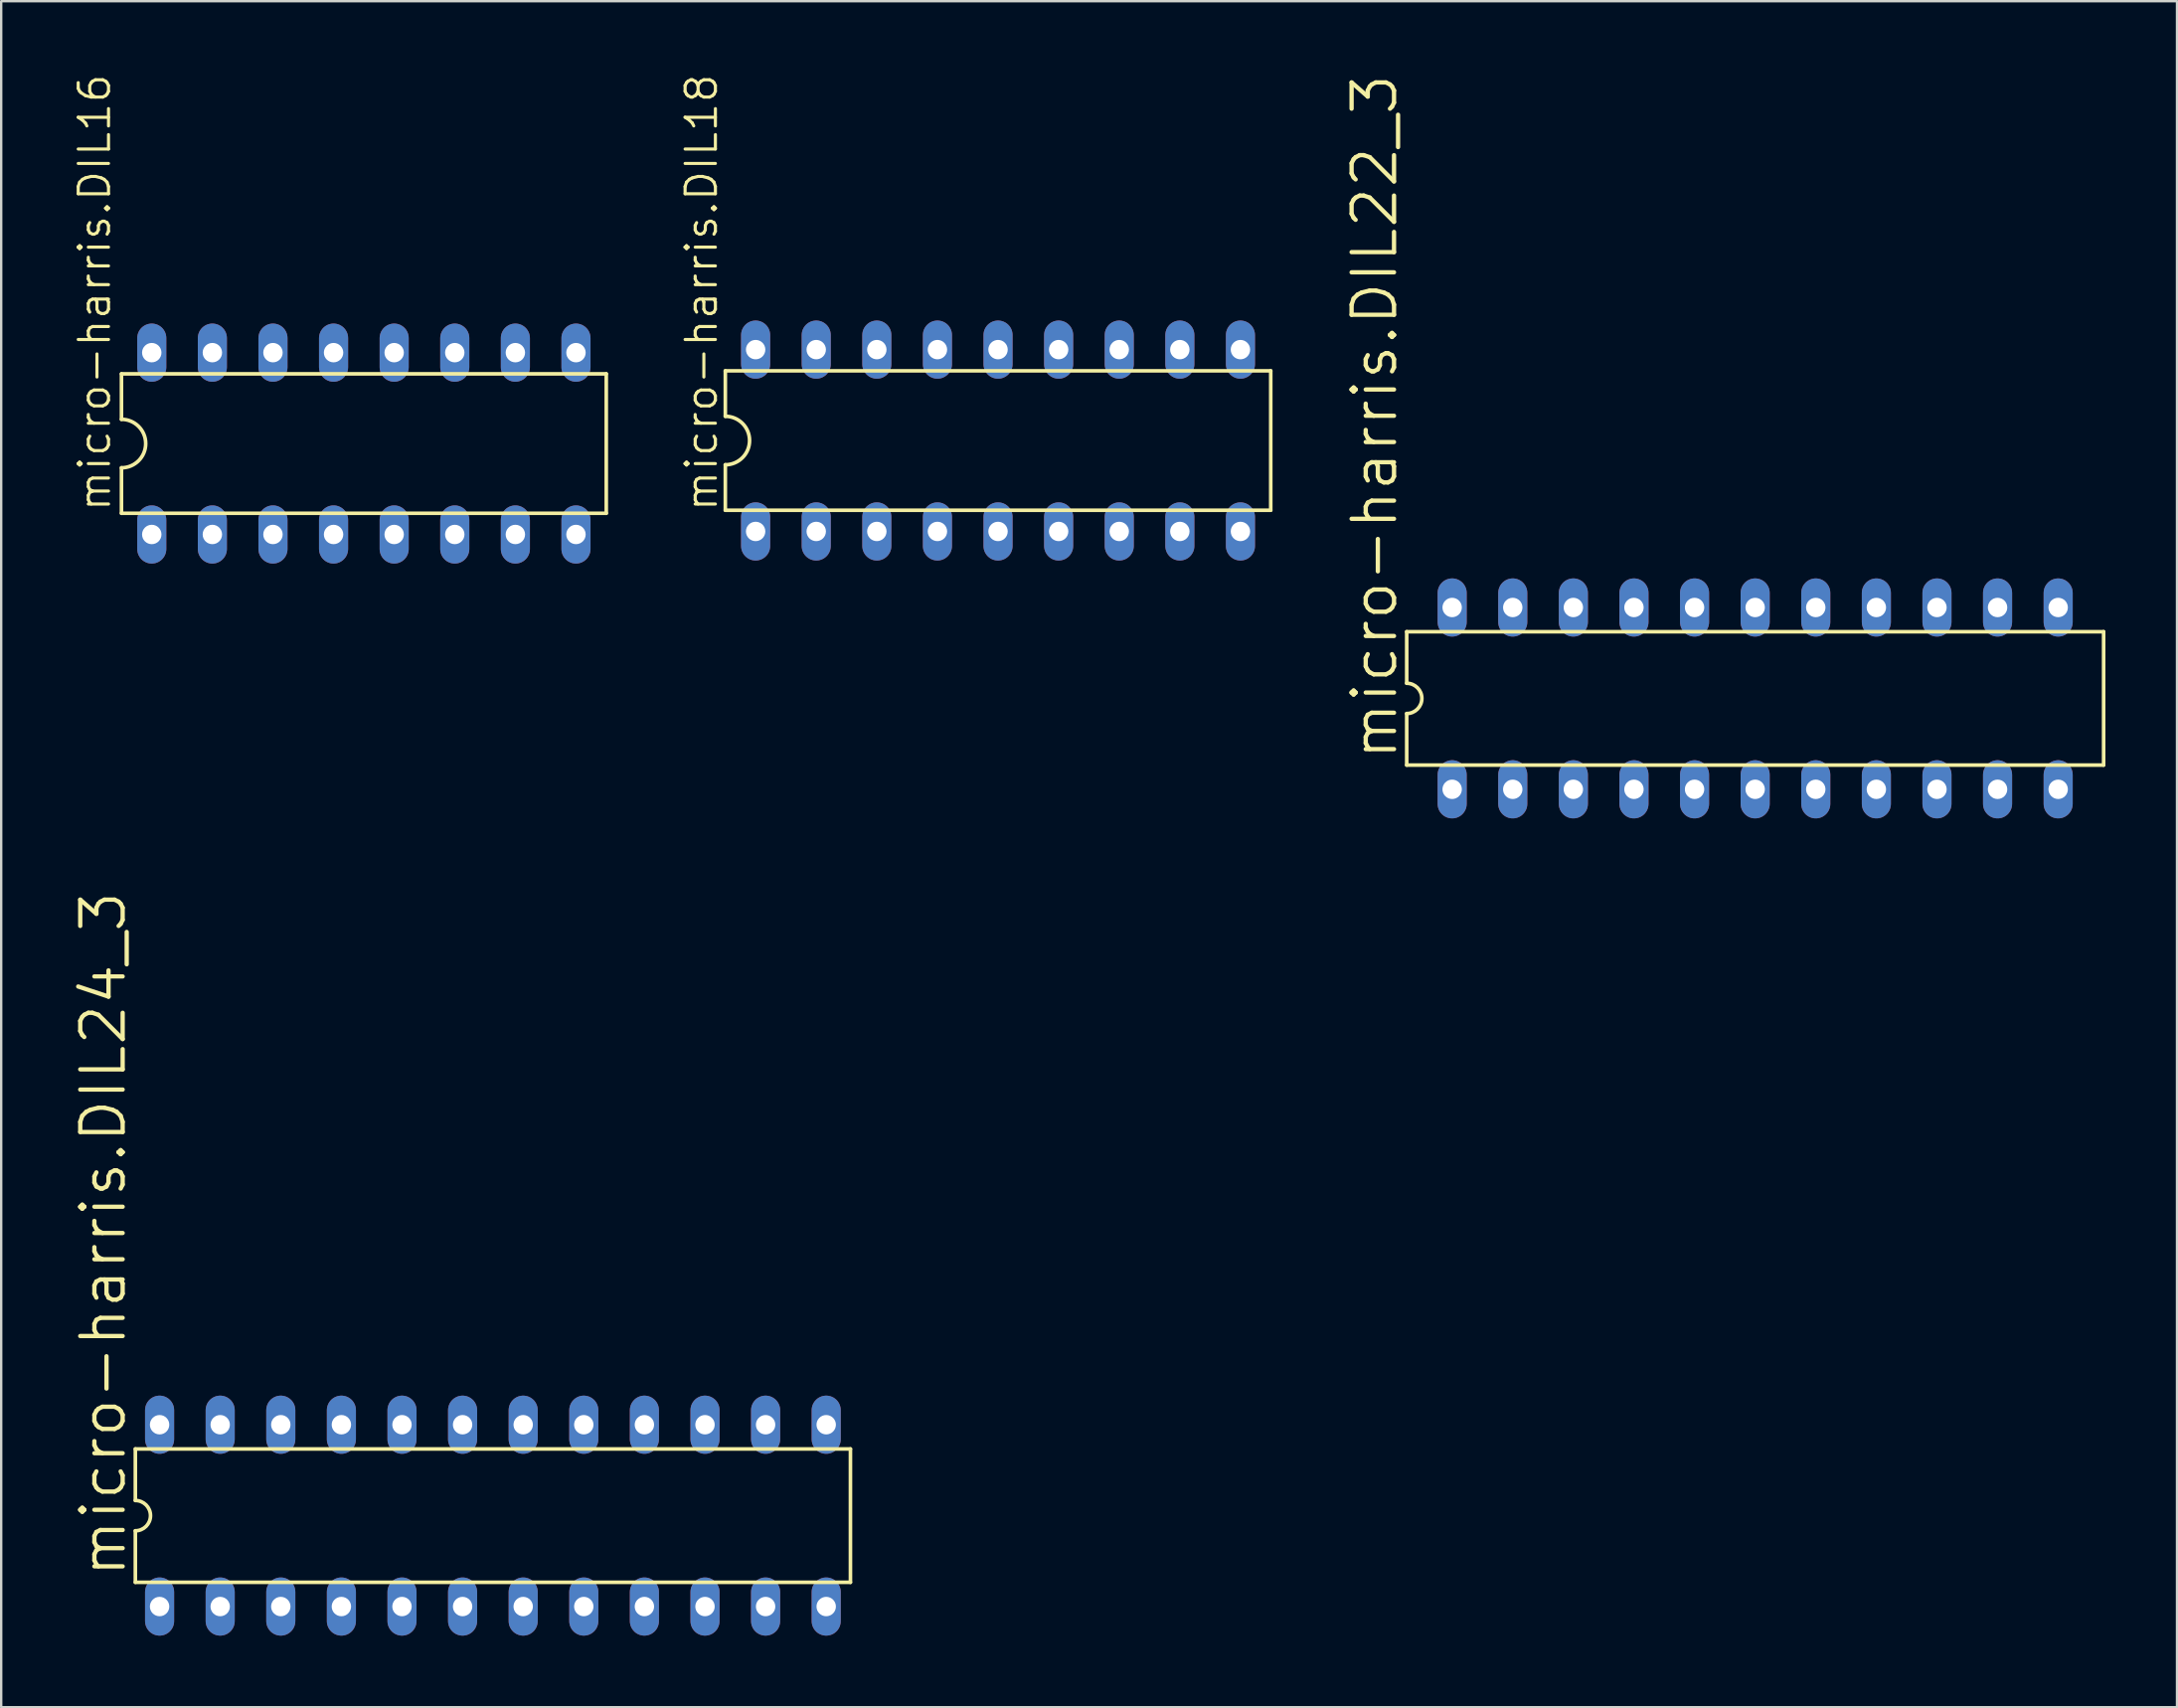
<source format=kicad_pcb>
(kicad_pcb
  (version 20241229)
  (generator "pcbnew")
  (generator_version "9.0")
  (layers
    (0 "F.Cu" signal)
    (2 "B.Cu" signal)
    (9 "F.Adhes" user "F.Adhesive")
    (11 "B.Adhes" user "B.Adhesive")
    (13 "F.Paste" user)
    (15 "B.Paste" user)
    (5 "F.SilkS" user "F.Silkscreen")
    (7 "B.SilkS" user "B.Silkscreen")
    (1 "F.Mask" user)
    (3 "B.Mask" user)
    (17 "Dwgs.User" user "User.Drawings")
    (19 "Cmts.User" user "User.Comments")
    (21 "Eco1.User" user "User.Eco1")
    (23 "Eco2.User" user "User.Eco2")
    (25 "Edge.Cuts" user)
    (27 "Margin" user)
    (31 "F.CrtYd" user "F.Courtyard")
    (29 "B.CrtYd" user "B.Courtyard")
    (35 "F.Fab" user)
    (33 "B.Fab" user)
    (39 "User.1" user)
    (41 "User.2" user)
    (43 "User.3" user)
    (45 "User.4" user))
  (footprint "micro-harris.DIL22_3"
    (layer "F.Cu")
    (at 70.515 26.219)
    (property "Reference" "micro-harris.DIL22_3" (at -14.91 2.667 90) (layer "F.SilkS") (effects (font (size 1.778 1.778) (thickness 0.18)) (justify left bottom)))
    (attr through_hole)
    (fp_line (start -14.605 -2.794) (end -14.605 -0.635) (stroke (width 0.152) (type default)) (layer "F.SilkS"))
    (fp_line (start -14.605 -2.794) (end 14.605 -2.794) (stroke (width 0.152) (type default)) (layer "F.SilkS"))
    (fp_line (start -14.605 0.635) (end -14.605 2.794) (stroke (width 0.152) (type default)) (layer "F.SilkS"))
    (fp_line (start -14.605 2.794) (end 14.605 2.794) (stroke (width 0.152) (type default)) (layer "F.SilkS"))
    (fp_line (start 14.605 2.794) (end 14.605 -2.794) (stroke (width 0.152) (type default)) (layer "F.SilkS"))
    (fp_arc (start -14.605 -0.635) (mid -13.97 0) (end -14.605 0.635) (stroke (width 0.1524) (type default)) (layer "F.SilkS"))
    (pad "1" thru_hole oval (at -12.7 3.81 90) (size 2.438 1.219) (drill 0.813) (layers "*.Cu" "*.Mask"))
    (pad "2" thru_hole oval (at -10.16 3.81 90) (size 2.438 1.219) (drill 0.813) (layers "*.Cu" "*.Mask"))
    (pad "3" thru_hole oval (at -7.62 3.81 90) (size 2.438 1.219) (drill 0.813) (layers "*.Cu" "*.Mask"))
    (pad "4" thru_hole oval (at -5.08 3.81 90) (size 2.438 1.219) (drill 0.813) (layers "*.Cu" "*.Mask"))
    (pad "5" thru_hole oval (at -2.54 3.81 90) (size 2.438 1.219) (drill 0.813) (layers "*.Cu" "*.Mask"))
    (pad "6" thru_hole oval (at 0 3.81 90) (size 2.438 1.219) (drill 0.813) (layers "*.Cu" "*.Mask"))
    (pad "7" thru_hole oval (at 2.54 3.81 90) (size 2.438 1.219) (drill 0.813) (layers "*.Cu" "*.Mask"))
    (pad "8" thru_hole oval (at 5.08 3.81 90) (size 2.438 1.219) (drill 0.813) (layers "*.Cu" "*.Mask"))
    (pad "9" thru_hole oval (at 7.62 3.81 90) (size 2.438 1.219) (drill 0.813) (layers "*.Cu" "*.Mask"))
    (pad "10" thru_hole oval (at 10.16 3.81 90) (size 2.438 1.219) (drill 0.813) (layers "*.Cu" "*.Mask"))
    (pad "11" thru_hole oval (at 12.7 3.81 90) (size 2.438 1.219) (drill 0.813) (layers "*.Cu" "*.Mask"))
    (pad "12" thru_hole oval (at 12.7 -3.81 90) (size 2.438 1.219) (drill 0.813) (layers "*.Cu" "*.Mask"))
    (pad "13" thru_hole oval (at 10.16 -3.81 90) (size 2.438 1.219) (drill 0.813) (layers "*.Cu" "*.Mask"))
    (pad "14" thru_hole oval (at 7.62 -3.81 90) (size 2.438 1.219) (drill 0.813) (layers "*.Cu" "*.Mask"))
    (pad "15" thru_hole oval (at 5.08 -3.81 90) (size 2.438 1.219) (drill 0.813) (layers "*.Cu" "*.Mask"))
    (pad "16" thru_hole oval (at 2.54 -3.81 90) (size 2.438 1.219) (drill 0.813) (layers "*.Cu" "*.Mask"))
    (pad "17" thru_hole oval (at 0 -3.81 90) (size 2.438 1.219) (drill 0.813) (layers "*.Cu" "*.Mask"))
    (pad "18" thru_hole oval (at -2.54 -3.81 90) (size 2.438 1.219) (drill 0.813) (layers "*.Cu" "*.Mask"))
    (pad "19" thru_hole oval (at -5.08 -3.81 90) (size 2.438 1.219) (drill 0.813) (layers "*.Cu" "*.Mask"))
    (pad "20" thru_hole oval (at -7.62 -3.81 90) (size 2.438 1.219) (drill 0.813) (layers "*.Cu" "*.Mask"))
    (pad "21" thru_hole oval (at -10.16 -3.81 90) (size 2.438 1.219) (drill 0.813) (layers "*.Cu" "*.Mask"))
    (pad "22" thru_hole oval (at -12.7 -3.81 90) (size 2.438 1.219) (drill 0.813) (layers "*.Cu" "*.Mask")))
  (footprint "micro-harris.DIL16"
    (layer "F.Cu")
    (at 12.201 15.539)
    (property "Reference" "micro-harris.DIL16" (at -10.541 2.921 90) (layer "F.SilkS") (effects (font (size 1.27 1.27) (thickness 0.13)) (justify left bottom)))
    (attr through_hole)
    (fp_line (start -10.16 -2.921) (end -10.16 -1.016) (stroke (width 0.152) (type default)) (layer "F.SilkS"))
    (fp_line (start -10.16 2.921) (end -10.16 1.016) (stroke (width 0.152) (type default)) (layer "F.SilkS"))
    (fp_line (start -10.16 2.921) (end 10.16 2.921) (stroke (width 0.152) (type default)) (layer "F.SilkS"))
    (fp_line (start 10.16 -2.921) (end -10.16 -2.921) (stroke (width 0.152) (type default)) (layer "F.SilkS"))
    (fp_line (start 10.16 -2.921) (end 10.16 2.921) (stroke (width 0.152) (type default)) (layer "F.SilkS"))
    (fp_arc (start -10.16 -1.016) (mid -9.144 0) (end -10.16 1.016) (stroke (width 0.1524) (type default)) (layer "F.SilkS"))
    (pad "1" thru_hole oval (at -8.89 3.81 90) (size 2.438 1.219) (drill 0.813) (layers "*.Cu" "*.Mask"))
    (pad "2" thru_hole oval (at -6.35 3.81 90) (size 2.438 1.219) (drill 0.813) (layers "*.Cu" "*.Mask"))
    (pad "3" thru_hole oval (at -3.81 3.81 90) (size 2.438 1.219) (drill 0.813) (layers "*.Cu" "*.Mask"))
    (pad "4" thru_hole oval (at -1.27 3.81 90) (size 2.438 1.219) (drill 0.813) (layers "*.Cu" "*.Mask"))
    (pad "5" thru_hole oval (at 1.27 3.81 90) (size 2.438 1.219) (drill 0.813) (layers "*.Cu" "*.Mask"))
    (pad "6" thru_hole oval (at 3.81 3.81 90) (size 2.438 1.219) (drill 0.813) (layers "*.Cu" "*.Mask"))
    (pad "7" thru_hole oval (at 6.35 3.81 90) (size 2.438 1.219) (drill 0.813) (layers "*.Cu" "*.Mask"))
    (pad "8" thru_hole oval (at 8.89 3.81 90) (size 2.438 1.219) (drill 0.813) (layers "*.Cu" "*.Mask"))
    (pad "9" thru_hole oval (at 8.89 -3.81 90) (size 2.438 1.219) (drill 0.813) (layers "*.Cu" "*.Mask"))
    (pad "10" thru_hole oval (at 6.35 -3.81 90) (size 2.438 1.219) (drill 0.813) (layers "*.Cu" "*.Mask"))
    (pad "11" thru_hole oval (at 3.81 -3.81 90) (size 2.438 1.219) (drill 0.813) (layers "*.Cu" "*.Mask"))
    (pad "12" thru_hole oval (at 1.27 -3.81 90) (size 2.438 1.219) (drill 0.813) (layers "*.Cu" "*.Mask"))
    (pad "13" thru_hole oval (at -1.27 -3.81 90) (size 2.438 1.219) (drill 0.813) (layers "*.Cu" "*.Mask"))
    (pad "14" thru_hole oval (at -3.81 -3.81 90) (size 2.438 1.219) (drill 0.813) (layers "*.Cu" "*.Mask"))
    (pad "15" thru_hole oval (at -6.35 -3.81 90) (size 2.438 1.219) (drill 0.813) (layers "*.Cu" "*.Mask"))
    (pad "16" thru_hole oval (at -8.89 -3.81 90) (size 2.438 1.219) (drill 0.813) (layers "*.Cu" "*.Mask")))
  (footprint "micro-harris.DIL18"
    (layer "F.Cu")
    (at 38.781 15.412)
    (property "Reference" "micro-harris.DIL18" (at -11.684 3.048 90) (layer "F.SilkS") (effects (font (size 1.27 1.27) (thickness 0.13)) (justify left bottom)))
    (attr through_hole)
    (fp_line (start -11.43 -2.921) (end -11.43 -1.016) (stroke (width 0.152) (type default)) (layer "F.SilkS"))
    (fp_line (start -11.43 2.921) (end -11.43 1.016) (stroke (width 0.152) (type default)) (layer "F.SilkS"))
    (fp_line (start -11.43 2.921) (end 11.43 2.921) (stroke (width 0.152) (type default)) (layer "F.SilkS"))
    (fp_line (start 11.43 -2.921) (end -11.43 -2.921) (stroke (width 0.152) (type default)) (layer "F.SilkS"))
    (fp_line (start 11.43 -2.921) (end 11.43 2.921) (stroke (width 0.152) (type default)) (layer "F.SilkS"))
    (fp_arc (start -11.43 -1.016) (mid -10.414 0) (end -11.43 1.016) (stroke (width 0.1524) (type default)) (layer "F.SilkS"))
    (pad "1" thru_hole oval (at -10.16 3.81 90) (size 2.438 1.219) (drill 0.813) (layers "*.Cu" "*.Mask"))
    (pad "2" thru_hole oval (at -7.62 3.81 90) (size 2.438 1.219) (drill 0.813) (layers "*.Cu" "*.Mask"))
    (pad "3" thru_hole oval (at -5.08 3.81 90) (size 2.438 1.219) (drill 0.813) (layers "*.Cu" "*.Mask"))
    (pad "4" thru_hole oval (at -2.54 3.81 90) (size 2.438 1.219) (drill 0.813) (layers "*.Cu" "*.Mask"))
    (pad "5" thru_hole oval (at 0 3.81 90) (size 2.438 1.219) (drill 0.813) (layers "*.Cu" "*.Mask"))
    (pad "6" thru_hole oval (at 2.54 3.81 90) (size 2.438 1.219) (drill 0.813) (layers "*.Cu" "*.Mask"))
    (pad "7" thru_hole oval (at 5.08 3.81 90) (size 2.438 1.219) (drill 0.813) (layers "*.Cu" "*.Mask"))
    (pad "8" thru_hole oval (at 7.62 3.81 90) (size 2.438 1.219) (drill 0.813) (layers "*.Cu" "*.Mask"))
    (pad "9" thru_hole oval (at 10.16 3.81 90) (size 2.438 1.219) (drill 0.813) (layers "*.Cu" "*.Mask"))
    (pad "10" thru_hole oval (at 10.16 -3.81 90) (size 2.438 1.219) (drill 0.813) (layers "*.Cu" "*.Mask"))
    (pad "11" thru_hole oval (at 7.62 -3.81 90) (size 2.438 1.219) (drill 0.813) (layers "*.Cu" "*.Mask"))
    (pad "12" thru_hole oval (at 5.08 -3.81 90) (size 2.438 1.219) (drill 0.813) (layers "*.Cu" "*.Mask"))
    (pad "13" thru_hole oval (at 2.54 -3.81 90) (size 2.438 1.219) (drill 0.813) (layers "*.Cu" "*.Mask"))
    (pad "14" thru_hole oval (at 0 -3.81 90) (size 2.438 1.219) (drill 0.813) (layers "*.Cu" "*.Mask"))
    (pad "15" thru_hole oval (at -2.54 -3.81 90) (size 2.438 1.219) (drill 0.813) (layers "*.Cu" "*.Mask"))
    (pad "16" thru_hole oval (at -5.08 -3.81 90) (size 2.438 1.219) (drill 0.813) (layers "*.Cu" "*.Mask"))
    (pad "17" thru_hole oval (at -7.62 -3.81 90) (size 2.438 1.219) (drill 0.813) (layers "*.Cu" "*.Mask"))
    (pad "18" thru_hole oval (at -10.16 -3.81 90) (size 2.438 1.219) (drill 0.813) (layers "*.Cu" "*.Mask")))
  (footprint "micro-harris.DIL24_3"
    (layer "F.Cu")
    (at 17.609 60.468)
    (property "Reference" "micro-harris.DIL24_3" (at -15.291 2.667 90) (layer "F.SilkS") (effects (font (size 1.778 1.778) (thickness 0.18)) (justify left bottom)))
    (attr through_hole)
    (fp_line (start -14.986 -2.794) (end -14.986 -0.635) (stroke (width 0.152) (type default)) (layer "F.SilkS"))
    (fp_line (start -14.986 -2.794) (end 14.986 -2.794) (stroke (width 0.152) (type default)) (layer "F.SilkS"))
    (fp_line (start -14.986 0.635) (end -14.986 2.794) (stroke (width 0.152) (type default)) (layer "F.SilkS"))
    (fp_line (start -14.986 2.794) (end 14.986 2.794) (stroke (width 0.152) (type default)) (layer "F.SilkS"))
    (fp_line (start 14.986 2.794) (end 14.986 -2.794) (stroke (width 0.152) (type default)) (layer "F.SilkS"))
    (fp_arc (start -14.986 -0.635) (mid -14.351 0) (end -14.986 0.635) (stroke (width 0.1524) (type default)) (layer "F.SilkS"))
    (pad "1" thru_hole oval (at -13.97 3.81 90) (size 2.438 1.219) (drill 0.813) (layers "*.Cu" "*.Mask"))
    (pad "2" thru_hole oval (at -11.43 3.81 90) (size 2.438 1.219) (drill 0.813) (layers "*.Cu" "*.Mask"))
    (pad "3" thru_hole oval (at -8.89 3.81 90) (size 2.438 1.219) (drill 0.813) (layers "*.Cu" "*.Mask"))
    (pad "4" thru_hole oval (at -6.35 3.81 90) (size 2.438 1.219) (drill 0.813) (layers "*.Cu" "*.Mask"))
    (pad "5" thru_hole oval (at -3.81 3.81 90) (size 2.438 1.219) (drill 0.813) (layers "*.Cu" "*.Mask"))
    (pad "6" thru_hole oval (at -1.27 3.81 90) (size 2.438 1.219) (drill 0.813) (layers "*.Cu" "*.Mask"))
    (pad "7" thru_hole oval (at 1.27 3.81 90) (size 2.438 1.219) (drill 0.813) (layers "*.Cu" "*.Mask"))
    (pad "8" thru_hole oval (at 3.81 3.81 90) (size 2.438 1.219) (drill 0.813) (layers "*.Cu" "*.Mask"))
    (pad "9" thru_hole oval (at 6.35 3.81 90) (size 2.438 1.219) (drill 0.813) (layers "*.Cu" "*.Mask"))
    (pad "10" thru_hole oval (at 8.89 3.81 90) (size 2.438 1.219) (drill 0.813) (layers "*.Cu" "*.Mask"))
    (pad "11" thru_hole oval (at 11.43 3.81 90) (size 2.438 1.219) (drill 0.813) (layers "*.Cu" "*.Mask"))
    (pad "12" thru_hole oval (at 13.97 3.81 90) (size 2.438 1.219) (drill 0.813) (layers "*.Cu" "*.Mask"))
    (pad "13" thru_hole oval (at 13.97 -3.81 90) (size 2.438 1.219) (drill 0.813) (layers "*.Cu" "*.Mask"))
    (pad "14" thru_hole oval (at 11.43 -3.81 90) (size 2.438 1.219) (drill 0.813) (layers "*.Cu" "*.Mask"))
    (pad "15" thru_hole oval (at 8.89 -3.81 90) (size 2.438 1.219) (drill 0.813) (layers "*.Cu" "*.Mask"))
    (pad "16" thru_hole oval (at 6.35 -3.81 90) (size 2.438 1.219) (drill 0.813) (layers "*.Cu" "*.Mask"))
    (pad "17" thru_hole oval (at 3.81 -3.81 90) (size 2.438 1.219) (drill 0.813) (layers "*.Cu" "*.Mask"))
    (pad "18" thru_hole oval (at 1.27 -3.81 90) (size 2.438 1.219) (drill 0.813) (layers "*.Cu" "*.Mask"))
    (pad "19" thru_hole oval (at -1.27 -3.81 90) (size 2.438 1.219) (drill 0.813) (layers "*.Cu" "*.Mask"))
    (pad "20" thru_hole oval (at -3.81 -3.81 90) (size 2.438 1.219) (drill 0.813) (layers "*.Cu" "*.Mask"))
    (pad "21" thru_hole oval (at -6.35 -3.81 90) (size 2.438 1.219) (drill 0.813) (layers "*.Cu" "*.Mask"))
    (pad "22" thru_hole oval (at -8.89 -3.81 90) (size 2.438 1.219) (drill 0.813) (layers "*.Cu" "*.Mask"))
    (pad "23" thru_hole oval (at -11.43 -3.81 90) (size 2.438 1.219) (drill 0.813) (layers "*.Cu" "*.Mask"))
    (pad "24" thru_hole oval (at -13.97 -3.81 90) (size 2.438 1.219) (drill 0.813) (layers "*.Cu" "*.Mask")))
  (gr_rect
    (start -3 -3)
    (end 88.196 68.497)
    (stroke (width 0.1) (type default))
    (fill no)
    (layer "Edge.Cuts")))
</source>
